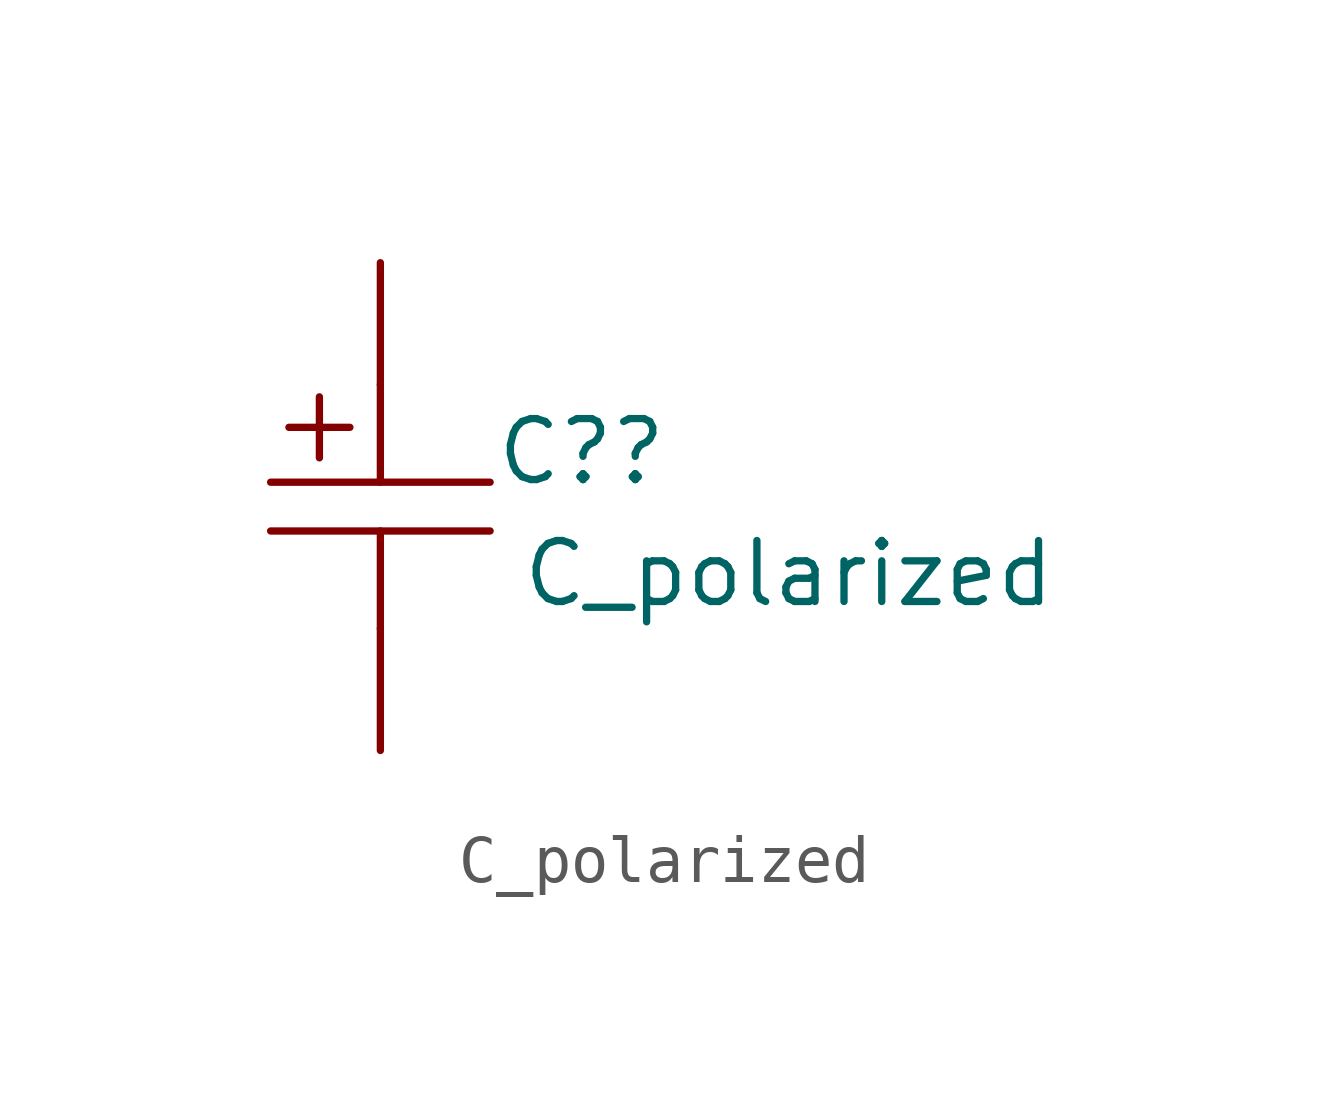
<source format=kicad_sym>
(kicad_symbol_lib
  (version 20220914)
  (generator kicad_symbol_editor)
  (symbol "C_polarized"
    (pin_numbers hide)
    (pin_names hide)
    (property "Reference" "C?"
      (at 4.191 1.143 0)
      (effects (font (size 1.27 1.27))))
    (property "Value" "C_polarized"
      (at 8.509 -1.397 0)
      (effects (font (size 1.27 1.27))))
    (symbol "C_polarized_0_1"
      (polyline (pts (xy -1.27 2.286) (xy -1.27 1.016)) (stroke (width 0) (type default)) (fill (type none)))
      (polyline (pts (xy -0.635 1.651) (xy -1.905 1.651)) (stroke (width 0) (type default)) (fill (type none)))
      (polyline (pts (xy 0 -0.508) (xy 0 -2.54)) (stroke (width 0) (type default)) (fill (type none)))
      (polyline (pts (xy 0 2.54) (xy 0 0.508)) (stroke (width 0) (type default)) (fill (type none)))
      (polyline (pts (xy 2.286 -0.508) (xy -2.286 -0.508)) (stroke (width 0) (type default)) (fill (type none)))
      (polyline (pts (xy 2.286 0.508) (xy -2.286 0.508)) (stroke (width 0) (type default)) (fill (type none))))
    (symbol "C_polarized_1_1"
      (pin passive line (at 0 -5.08 90) (length 2.54) (name "N" (effects (font (size 1.27 1.27)))) (number "N" (effects (font (size 1.27 1.27)))))
      (pin passive line (at 0 5.08 270) (length 2.54) (name "P" (effects (font (size 1.27 1.27)))) (number "P" (effects (font (size 1.27 1.27))))))))
</source>
